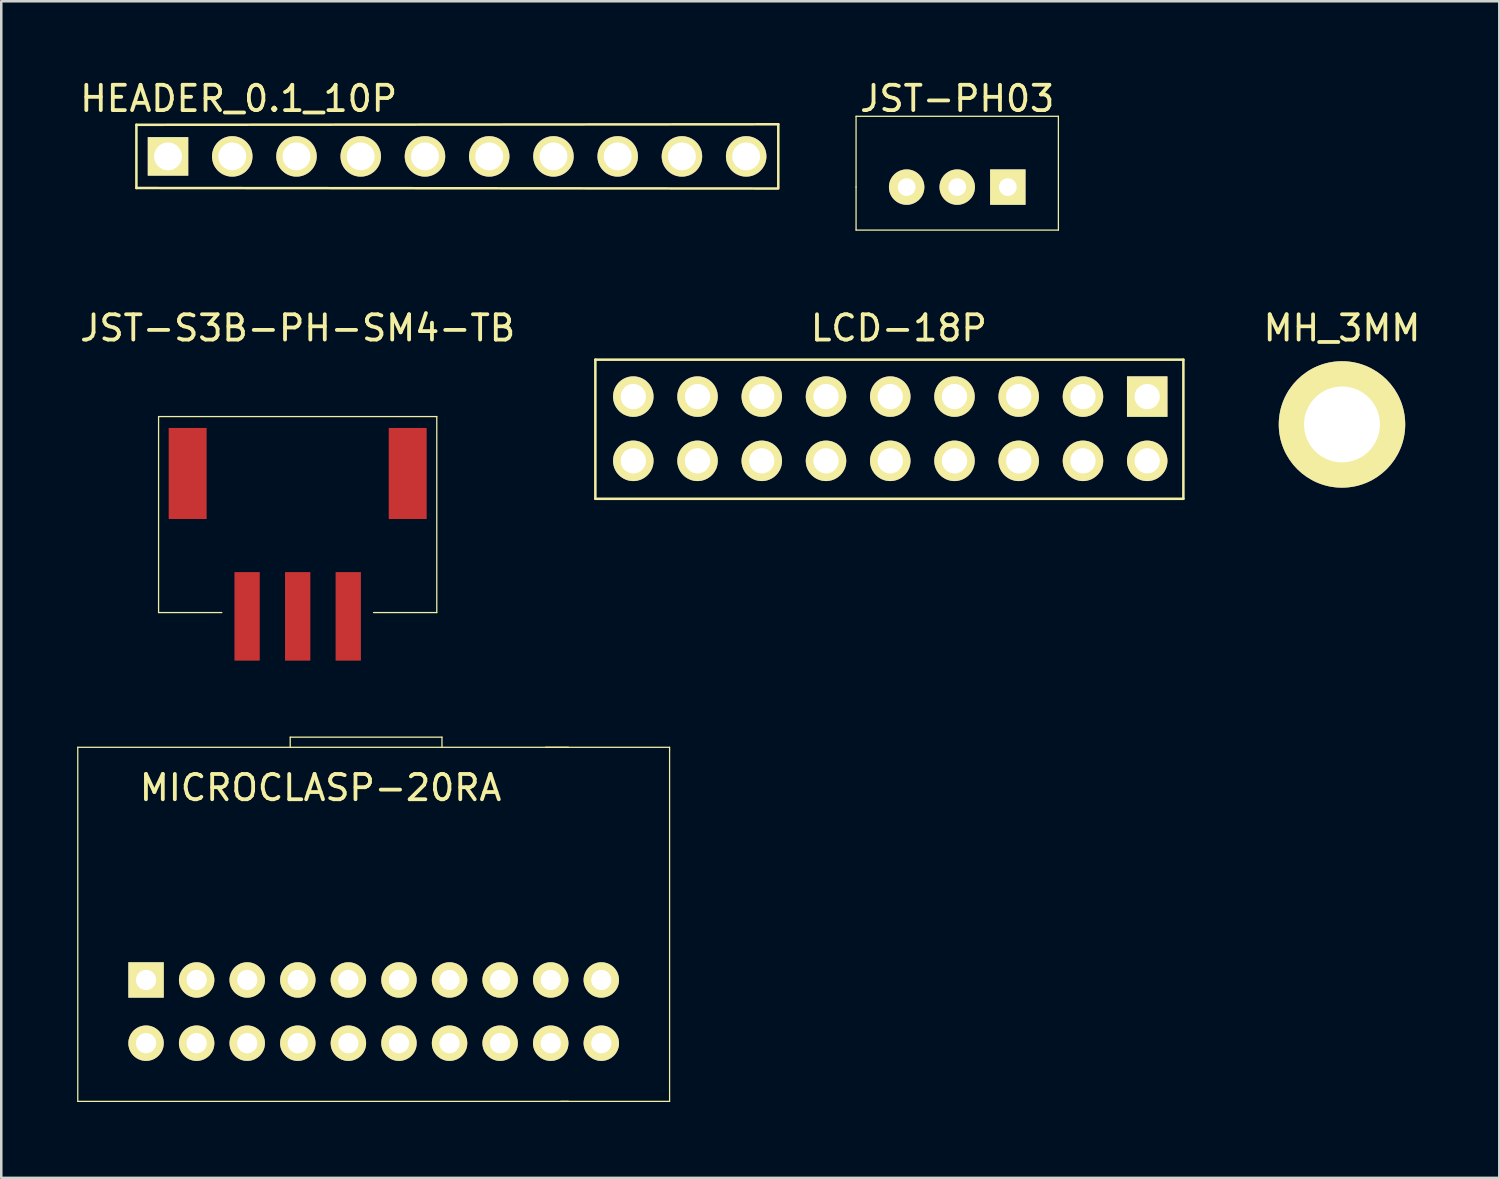
<source format=kicad_pcb>
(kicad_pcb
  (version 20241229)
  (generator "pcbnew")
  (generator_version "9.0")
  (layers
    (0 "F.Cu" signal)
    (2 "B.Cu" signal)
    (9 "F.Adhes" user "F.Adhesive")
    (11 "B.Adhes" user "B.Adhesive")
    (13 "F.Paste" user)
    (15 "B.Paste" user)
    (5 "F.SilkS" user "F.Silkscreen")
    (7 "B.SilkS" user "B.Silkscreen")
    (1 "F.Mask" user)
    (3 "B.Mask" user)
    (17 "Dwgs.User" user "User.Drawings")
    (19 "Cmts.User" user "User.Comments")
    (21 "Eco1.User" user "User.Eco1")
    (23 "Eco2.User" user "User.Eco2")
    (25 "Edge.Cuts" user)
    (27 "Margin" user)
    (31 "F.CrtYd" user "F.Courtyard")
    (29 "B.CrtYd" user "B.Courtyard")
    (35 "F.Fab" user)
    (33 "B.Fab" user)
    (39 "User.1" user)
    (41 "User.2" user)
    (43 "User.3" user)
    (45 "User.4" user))
  (footprint "MH_3MM"
    (layer "F.Cu")
    (at 50.011 13.732)
    (property "Reference" "MH_3MM" (at 0 -3.81 0) (layer "F.SilkS") (effects (font (size 1 1) (thickness 0.15))))
    (attr through_hole)
    (pad "1" thru_hole circle (at 0 0) (size 5 5) (drill 3) (layers "*.Cu" "*.Mask" "F.SilkS")))
  (footprint "MICROCLASP-20RA"
    (layer "F.Cu")
    (at 2.725 35.697)
    (property "Reference" "MICROCLASP-20RA" (at 6.9 -7.6 0) (layer "F.SilkS") (effects (font (size 1 1) (thickness 0.15))))
    (attr through_hole)
    (fp_line (start -2.7 -9.2) (end -2.7 4.8) (stroke (width 0.05) (type solid)) (layer "F.SilkS"))
    (fp_line (start -2.7 4.8) (end 16.7 4.8) (stroke (width 0.05) (type solid)) (layer "F.SilkS"))
    (fp_line (start 5.7 -9.6) (end 11.7 -9.6) (stroke (width 0.05) (type solid)) (layer "F.SilkS"))
    (fp_line (start 5.7 -9.2) (end 5.7 -9.6) (stroke (width 0.05) (type solid)) (layer "F.SilkS"))
    (fp_line (start 11.7 -9.6) (end 11.7 -9.2) (stroke (width 0.05) (type solid)) (layer "F.SilkS"))
    (fp_line (start 16.7 -9.2) (end -2.7 -9.2) (stroke (width 0.05) (type solid)) (layer "F.SilkS"))
    (fp_line (start 20.7 -9.2) (end 15.8 -9.2) (stroke (width 0.05) (type solid)) (layer "F.SilkS"))
    (fp_line (start 20.7 -9.1) (end 20.7 -9.2) (stroke (width 0.05) (type solid)) (layer "F.SilkS"))
    (fp_line (start 20.7 4.8) (end 16.4 4.8) (stroke (width 0.05) (type solid)) (layer "F.SilkS"))
    (fp_line (start 20.7 4.8) (end 20.7 -9.1) (stroke (width 0.05) (type solid)) (layer "F.SilkS"))
    (pad "1" thru_hole rect (at 0 0) (size 1.4 1.4) (drill 0.8) (layers "*.Cu" "*.Mask" "F.SilkS"))
    (pad "2" thru_hole circle (at 2 0) (size 1.4 1.4) (drill 0.8) (layers "*.Cu" "*.Mask" "F.SilkS"))
    (pad "3" thru_hole circle (at 4 0) (size 1.4 1.4) (drill 0.8) (layers "*.Cu" "*.Mask" "F.SilkS"))
    (pad "4" thru_hole circle (at 6 0) (size 1.4 1.4) (drill 0.8) (layers "*.Cu" "*.Mask" "F.SilkS"))
    (pad "5" thru_hole circle (at 8 0) (size 1.4 1.4) (drill 0.8) (layers "*.Cu" "*.Mask" "F.SilkS"))
    (pad "6" thru_hole circle (at 10 0) (size 1.4 1.4) (drill 0.8) (layers "*.Cu" "*.Mask" "F.SilkS"))
    (pad "7" thru_hole circle (at 12 0) (size 1.4 1.4) (drill 0.8) (layers "*.Cu" "*.Mask" "F.SilkS"))
    (pad "8" thru_hole circle (at 14 0) (size 1.4 1.4) (drill 0.8) (layers "*.Cu" "*.Mask" "F.SilkS"))
    (pad "9" thru_hole circle (at 16 0) (size 1.4 1.4) (drill 0.8) (layers "*.Cu" "*.Mask" "F.SilkS"))
    (pad "10" thru_hole circle (at 18 0) (size 1.4 1.4) (drill 0.8) (layers "*.Cu" "*.Mask" "F.SilkS"))
    (pad "11" thru_hole circle (at 0 2.5) (size 1.4 1.4) (drill 0.8) (layers "*.Cu" "*.Mask" "F.SilkS"))
    (pad "12" thru_hole circle (at 2 2.5) (size 1.4 1.4) (drill 0.8) (layers "*.Cu" "*.Mask" "F.SilkS"))
    (pad "13" thru_hole circle (at 4 2.5) (size 1.4 1.4) (drill 0.8) (layers "*.Cu" "*.Mask" "F.SilkS"))
    (pad "14" thru_hole circle (at 6 2.5) (size 1.4 1.4) (drill 0.8) (layers "*.Cu" "*.Mask" "F.SilkS"))
    (pad "15" thru_hole circle (at 8 2.5) (size 1.4 1.4) (drill 0.8) (layers "*.Cu" "*.Mask" "F.SilkS"))
    (pad "16" thru_hole circle (at 10 2.5) (size 1.4 1.4) (drill 0.8) (layers "*.Cu" "*.Mask" "F.SilkS"))
    (pad "17" thru_hole circle (at 12 2.5) (size 1.4 1.4) (drill 0.8) (layers "*.Cu" "*.Mask" "F.SilkS"))
    (pad "18" thru_hole circle (at 14 2.5) (size 1.4 1.4) (drill 0.8) (layers "*.Cu" "*.Mask" "F.SilkS"))
    (pad "19" thru_hole circle (at 16 2.5) (size 1.4 1.4) (drill 0.8) (layers "*.Cu" "*.Mask" "F.SilkS"))
    (pad "20" thru_hole circle (at 18 2.5) (size 1.4 1.4) (drill 0.8) (layers "*.Cu" "*.Mask" "F.SilkS")))
  (footprint "HEADER_0.1_10P"
    (layer "F.Cu")
    (at 3.593 3.134)
    (property "Reference" "HEADER_0.1_10P" (at 2.794 -2.286 0) (layer "F.SilkS") (effects (font (size 1 1) (thickness 0.15))))
    (attr through_hole)
    (fp_line (start -1.25 -1.25) (end -1.25 1.25) (stroke (width 0.1) (type solid)) (layer "F.SilkS"))
    (fp_line (start -1.25 1.25) (end 24.13 1.27) (stroke (width 0.1) (type solid)) (layer "F.SilkS"))
    (fp_line (start 24.13 -1.27) (end -1.25 -1.25) (stroke (width 0.1) (type solid)) (layer "F.SilkS"))
    (fp_line (start 24.13 1.23) (end 24.13 -1.27) (stroke (width 0.1) (type solid)) (layer "F.SilkS"))
    (pad "1" thru_hole rect (at 0 0) (size 1.6 1.524) (drill 1.1) (layers "*.Cu" "*.Mask" "F.SilkS"))
    (pad "2" thru_hole circle (at 2.54 0) (size 1.6 1.6) (drill 1.1) (layers "*.Cu" "*.Mask" "F.SilkS"))
    (pad "3" thru_hole circle (at 5.08 0) (size 1.6 1.6) (drill 1.1) (layers "*.Cu" "*.Mask" "F.SilkS"))
    (pad "4" thru_hole circle (at 7.62 0) (size 1.6 1.6) (drill 1.1) (layers "*.Cu" "*.Mask" "F.SilkS"))
    (pad "5" thru_hole circle (at 10.16 0) (size 1.6 1.6) (drill 1.1) (layers "*.Cu" "*.Mask" "F.SilkS"))
    (pad "6" thru_hole circle (at 12.7 0) (size 1.6 1.6) (drill 1.1) (layers "*.Cu" "*.Mask" "F.SilkS"))
    (pad "7" thru_hole circle (at 15.24 0) (size 1.6 1.6) (drill 1.1) (layers "*.Cu" "*.Mask" "F.SilkS"))
    (pad "8" thru_hole circle (at 17.78 0) (size 1.6 1.6) (drill 1.1) (layers "*.Cu" "*.Mask" "F.SilkS"))
    (pad "9" thru_hole circle (at 20.32 0) (size 1.6 1.6) (drill 1.1) (layers "*.Cu" "*.Mask" "F.SilkS"))
    (pad "10" thru_hole circle (at 22.86 0) (size 1.6 1.6) (drill 1.1) (layers "*.Cu" "*.Mask" "F.SilkS")))
  (footprint "JST-S3B-PH-SM4-TB"
    (layer "F.Cu")
    (at 8.72 15.671)
    (property "Reference" "JST-S3B-PH-SM4-TB" (at 0 -5.75 0) (layer "F.SilkS") (effects (font (size 1 1) (thickness 0.15))))
    (attr through_hole)
    (fp_line (start -5.5 -2.25) (end 5.5 -2.25) (stroke (width 0.05) (type solid)) (layer "F.SilkS"))
    (fp_line (start -5.5 5.5) (end -5.5 -2.25) (stroke (width 0.05) (type solid)) (layer "F.SilkS"))
    (fp_line (start -3 5.5) (end -5.5 5.5) (stroke (width 0.05) (type solid)) (layer "F.SilkS"))
    (fp_line (start 5.5 -2.25) (end 5.5 5.5) (stroke (width 0.05) (type solid)) (layer "F.SilkS"))
    (fp_line (start 5.5 5.5) (end 3 5.5) (stroke (width 0.05) (type solid)) (layer "F.SilkS"))
    (pad "" smd rect (at -4.35 0) (size 1.5 3.6) (layers "F.Cu" "F.Mask" "F.Paste"))
    (pad "" smd rect (at 4.35 0) (size 1.5 3.6) (layers "F.Cu" "F.Mask" "F.Paste"))
    (pad "1" smd rect (at 2 5.65) (size 1 3.5) (layers "F.Cu" "F.Mask" "F.Paste"))
    (pad "2" smd rect (at 0 5.65) (size 1 3.5) (layers "F.Cu" "F.Mask" "F.Paste"))
    (pad "3" smd rect (at -2 5.65) (size 1 3.5) (layers "F.Cu" "F.Mask" "F.Paste")))
  (footprint "LCD-18P"
    (layer "F.Cu")
    (at 32.184 13.773)
    (property "Reference" "LCD-18P" (at 0.306 -3.852 180) (layer "F.SilkS") (effects (font (size 1 1) (thickness 0.15))))
    (attr through_hole)
    (fp_line (start -11.694 -2.602) (end -11.694 2.898) (stroke (width 0.1) (type solid)) (layer "F.SilkS"))
    (fp_line (start -11.694 2.898) (end 11.556 2.898) (stroke (width 0.1) (type solid)) (layer "F.SilkS"))
    (fp_line (start 11.556 -2.602) (end -11.694 -2.602) (stroke (width 0.1) (type solid)) (layer "F.SilkS"))
    (fp_line (start 11.556 2.898) (end 11.556 -2.602) (stroke (width 0.1) (type solid)) (layer "F.SilkS"))
    (pad "1" thru_hole rect (at 10.126 -1.142 90) (size 1.6 1.6) (drill 1) (layers "*.Cu" "*.Mask" "F.SilkS"))
    (pad "2" thru_hole circle (at 10.126 1.398 90) (size 1.6 1.6) (drill 1) (layers "*.Cu" "*.Mask" "F.SilkS"))
    (pad "3" thru_hole circle (at 7.586 -1.142 90) (size 1.6 1.6) (drill 1) (layers "*.Cu" "*.Mask" "F.SilkS"))
    (pad "4" thru_hole circle (at 7.586 1.398 90) (size 1.6 1.6) (drill 1) (layers "*.Cu" "*.Mask" "F.SilkS"))
    (pad "5" thru_hole circle (at 5.046 -1.142 90) (size 1.6 1.6) (drill 1) (layers "*.Cu" "*.Mask" "F.SilkS"))
    (pad "6" thru_hole circle (at 5.046 1.398 90) (size 1.6 1.6) (drill 1) (layers "*.Cu" "*.Mask" "F.SilkS"))
    (pad "7" thru_hole circle (at 2.506 -1.142 90) (size 1.6 1.6) (drill 1) (layers "*.Cu" "*.Mask" "F.SilkS"))
    (pad "8" thru_hole circle (at 2.506 1.398 90) (size 1.6 1.6) (drill 1) (layers "*.Cu" "*.Mask" "F.SilkS"))
    (pad "9" thru_hole circle (at -0.034 -1.142 90) (size 1.6 1.6) (drill 1) (layers "*.Cu" "*.Mask" "F.SilkS"))
    (pad "10" thru_hole circle (at -0.034 1.398 90) (size 1.6 1.6) (drill 1) (layers "*.Cu" "*.Mask" "F.SilkS"))
    (pad "11" thru_hole circle (at -2.574 -1.142 90) (size 1.6 1.6) (drill 1) (layers "*.Cu" "*.Mask" "F.SilkS"))
    (pad "12" thru_hole circle (at -2.574 1.398 90) (size 1.6 1.6) (drill 1) (layers "*.Cu" "*.Mask" "F.SilkS"))
    (pad "13" thru_hole circle (at -5.114 -1.142 90) (size 1.6 1.6) (drill 1) (layers "*.Cu" "*.Mask" "F.SilkS"))
    (pad "14" thru_hole circle (at -5.114 1.398 90) (size 1.6 1.6) (drill 1) (layers "*.Cu" "*.Mask" "F.SilkS"))
    (pad "15" thru_hole circle (at -7.654 -1.142 90) (size 1.6 1.6) (drill 1) (layers "*.Cu" "*.Mask" "F.SilkS"))
    (pad "16" thru_hole circle (at -7.654 1.398 90) (size 1.6 1.6) (drill 1) (layers "*.Cu" "*.Mask" "F.SilkS"))
    (pad "17" thru_hole circle (at -10.194 -1.142 90) (size 1.6 1.6) (drill 1) (layers "*.Cu" "*.Mask" "F.SilkS"))
    (pad "18" thru_hole circle (at -10.194 1.398 90) (size 1.6 1.6) (drill 1) (layers "*.Cu" "*.Mask" "F.SilkS")))
  (footprint "JST-PH03"
    (layer "F.Cu")
    (at 34.798 4.348)
    (property "Reference" "JST-PH03" (at 0 -3.5 0) (layer "F.SilkS") (effects (font (size 1 1) (thickness 0.15))))
    (attr through_hole)
    (fp_line (start -4 -2.8) (end -4 0) (stroke (width 0.05) (type solid)) (layer "F.SilkS"))
    (fp_line (start -4 0) (end -4 1.7) (stroke (width 0.05) (type solid)) (layer "F.SilkS"))
    (fp_line (start -4 1.7) (end 4 1.7) (stroke (width 0.05) (type solid)) (layer "F.SilkS"))
    (fp_line (start 4 -2.8) (end -4 -2.8) (stroke (width 0.05) (type solid)) (layer "F.SilkS"))
    (fp_line (start 4 1.7) (end 4 -2.8) (stroke (width 0.05) (type solid)) (layer "F.SilkS"))
    (pad "1" thru_hole rect (at 2 0) (size 1.4 1.4) (drill 0.7) (layers "*.Cu" "*.Mask" "F.SilkS"))
    (pad "2" thru_hole circle (at 0 0) (size 1.4 1.4) (drill 0.7) (layers "*.Cu" "*.Mask" "F.SilkS"))
    (pad "3" thru_hole circle (at -2 0) (size 1.4 1.4) (drill 0.7) (layers "*.Cu" "*.Mask" "F.SilkS")))
  (gr_rect
    (start -3 -3)
    (end 56.231 43.522)
    (stroke (width 0.1) (type default))
    (fill no)
    (layer "Edge.Cuts")))
</source>
